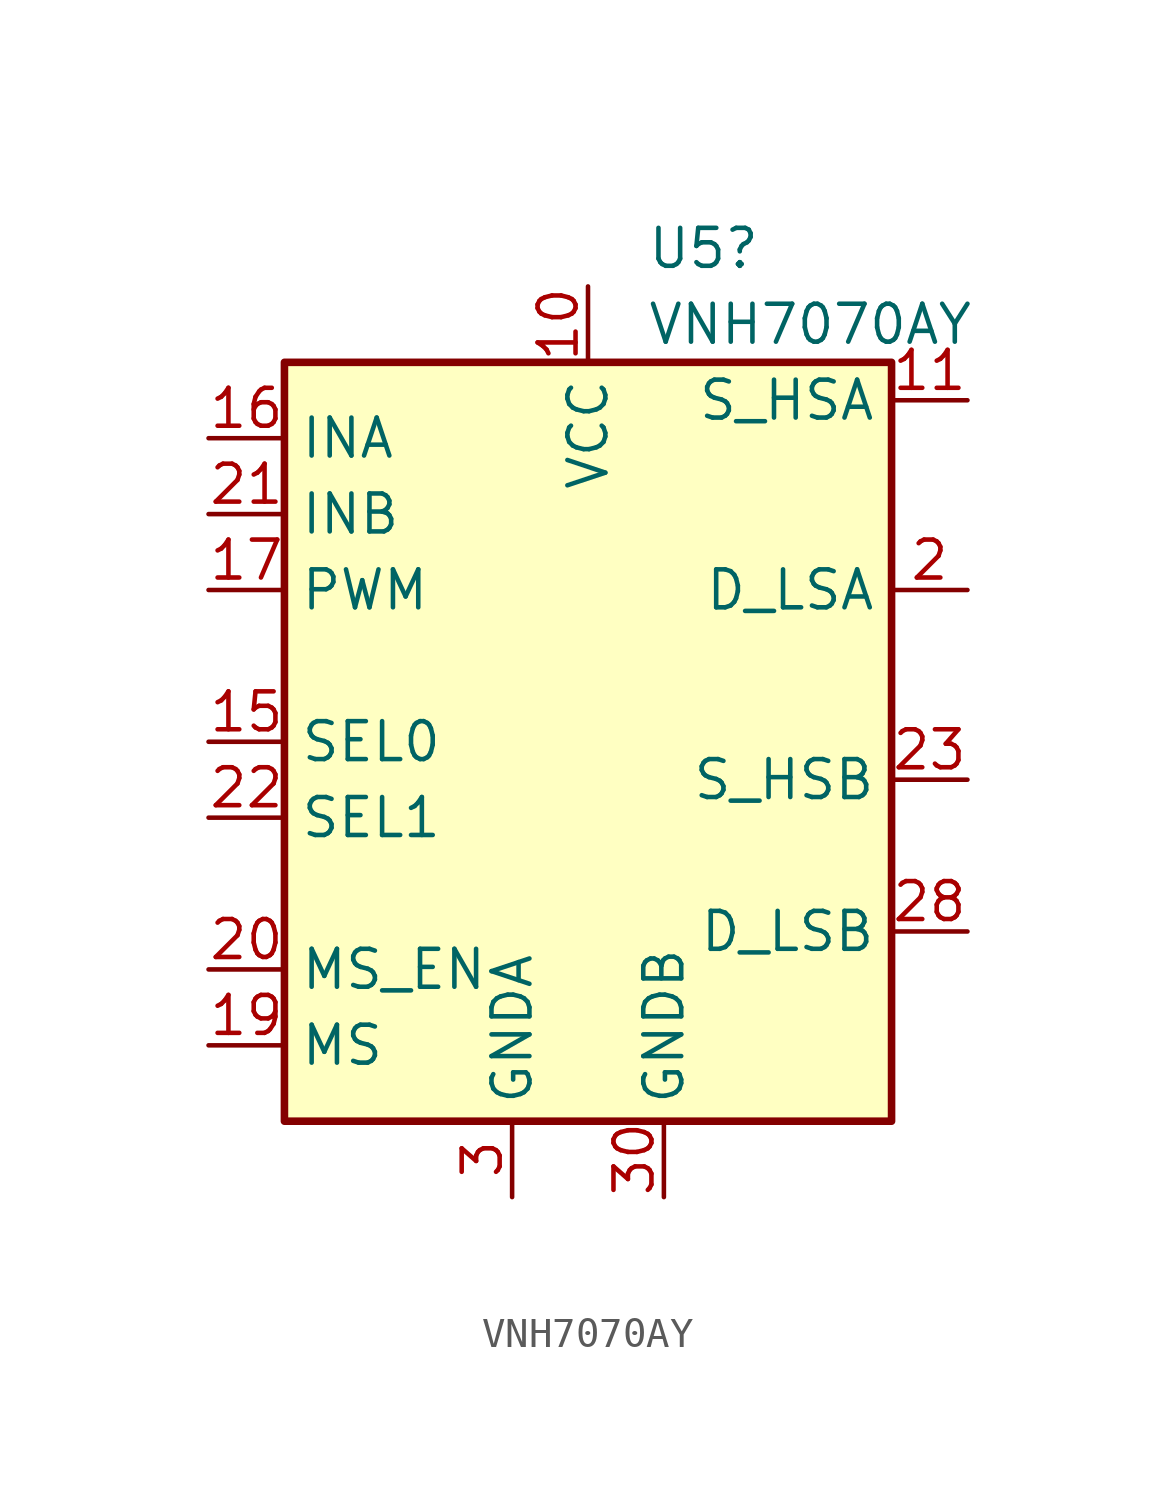
<source format=kicad_sym>
(kicad_symbol_lib
  (version 20220914)
  (generator kicad_symbol_editor)
  (symbol "VNH7070AY"
    (property "Reference" "U5"
      (at 1.956 16.51 0)
      (effects (font (size 1.27 1.27)) (justify left)))
    (property "Value" "VNH7070AY"
      (at 1.956 13.97 0)
      (effects (font (size 1.27 1.27)) (justify left)))
    (symbol "VNH7070AY_0_1"
      (rectangle (start -10.16 12.7) (end 10.16 -12.7) (stroke (width 0.254) (type default)) (fill (type background))))
    (symbol "VNH7070AY_1_1"
      (pin no_connect line (at -5.08 12.7 270) (length 2.54) hide (name "NC" (effects (font (size 1.27 1.27)))) (number "1" (effects (font (size 1.27 1.27)))))
      (pin power_in line (at 0 15.24 270) (length 2.54) (name "VCC" (effects (font (size 1.27 1.27)))) (number "10" (effects (font (size 1.27 1.27)))))
      (pin output line (at 12.7 11.43 180) (length 2.54) (name "S_HSA" (effects (font (size 1.27 1.27)))) (number "11" (effects (font (size 1.27 1.27)))))
      (pin output line (at 12.7 11.43 180) (length 2.54) hide (name "S_HSA" (effects (font (size 1.27 1.27)))) (number "12" (effects (font (size 1.27 1.27)))))
      (pin output line (at 12.7 11.43 180) (length 2.54) hide (name "S_HSA" (effects (font (size 1.27 1.27)))) (number "13" (effects (font (size 1.27 1.27)))))
      (pin output line (at 12.7 11.43 180) (length 2.54) hide (name "S_HSA" (effects (font (size 1.27 1.27)))) (number "14" (effects (font (size 1.27 1.27)))))
      (pin input line (at -12.7 0 0) (length 2.54) (name "SEL0" (effects (font (size 1.27 1.27)))) (number "15" (effects (font (size 1.27 1.27)))))
      (pin input line (at -12.7 10.16 0) (length 2.54) (name "INA" (effects (font (size 1.27 1.27)))) (number "16" (effects (font (size 1.27 1.27)))))
      (pin input line (at -12.7 5.08 0) (length 2.54) (name "PWM" (effects (font (size 1.27 1.27)))) (number "17" (effects (font (size 1.27 1.27)))))
      (pin no_connect line (at -3.81 12.7 270) (length 2.54) hide (name "NC" (effects (font (size 1.27 1.27)))) (number "18" (effects (font (size 1.27 1.27)))))
      (pin output line (at -12.7 -10.16 0) (length 2.54) (name "MS" (effects (font (size 1.27 1.27)))) (number "19" (effects (font (size 1.27 1.27)))))
      (pin output line (at 12.7 5.08 180) (length 2.54) (name "D_LSA" (effects (font (size 1.27 1.27)))) (number "2" (effects (font (size 1.27 1.27)))))
      (pin open_collector line (at -12.7 -7.62 0) (length 2.54) (name "MS_EN" (effects (font (size 1.27 1.27)))) (number "20" (effects (font (size 1.27 1.27)))))
      (pin input line (at -12.7 7.62 0) (length 2.54) (name "INB" (effects (font (size 1.27 1.27)))) (number "21" (effects (font (size 1.27 1.27)))))
      (pin input line (at -12.7 -2.54 0) (length 2.54) (name "SEL1" (effects (font (size 1.27 1.27)))) (number "22" (effects (font (size 1.27 1.27)))))
      (pin output line (at 12.7 -1.27 180) (length 2.54) (name "S_HSB" (effects (font (size 1.27 1.27)))) (number "23" (effects (font (size 1.27 1.27)))))
      (pin output line (at 12.7 -1.27 180) (length 2.54) hide (name "S_HSB" (effects (font (size 1.27 1.27)))) (number "24" (effects (font (size 1.27 1.27)))))
      (pin output line (at 12.7 -1.27 180) (length 2.54) hide (name "S_HSB" (effects (font (size 1.27 1.27)))) (number "25" (effects (font (size 1.27 1.27)))))
      (pin output line (at 12.7 -1.27 180) (length 2.54) hide (name "S_HSB" (effects (font (size 1.27 1.27)))) (number "26" (effects (font (size 1.27 1.27)))))
      (pin power_in line (at 0 15.24 270) (length 2.54) hide (name "VCC" (effects (font (size 1.27 1.27)))) (number "27" (effects (font (size 1.27 1.27)))))
      (pin output line (at 12.7 -6.35 180) (length 2.54) (name "D_LSB" (effects (font (size 1.27 1.27)))) (number "28" (effects (font (size 1.27 1.27)))))
      (pin output line (at 12.7 -6.35 180) (length 2.54) hide (name "D_LSB" (effects (font (size 1.27 1.27)))) (number "29" (effects (font (size 1.27 1.27)))))
      (pin power_in line (at -2.54 -15.24 90) (length 2.54) (name "GNDA" (effects (font (size 1.27 1.27)))) (number "3" (effects (font (size 1.27 1.27)))))
      (pin power_in line (at 2.54 -15.24 90) (length 2.54) (name "GNDB" (effects (font (size 1.27 1.27)))) (number "30" (effects (font (size 1.27 1.27)))))
      (pin power_in line (at 2.54 -15.24 90) (length 2.54) hide (name "GNDB" (effects (font (size 1.27 1.27)))) (number "31" (effects (font (size 1.27 1.27)))))
      (pin power_in line (at 2.54 -15.24 90) (length 2.54) hide (name "GNDB" (effects (font (size 1.27 1.27)))) (number "32" (effects (font (size 1.27 1.27)))))
      (pin power_in line (at 2.54 -15.24 90) (length 2.54) hide (name "GNDB" (effects (font (size 1.27 1.27)))) (number "33" (effects (font (size 1.27 1.27)))))
      (pin power_in line (at 2.54 -15.24 90) (length 2.54) hide (name "GNDB" (effects (font (size 1.27 1.27)))) (number "34" (effects (font (size 1.27 1.27)))))
      (pin output line (at 12.7 -6.35 180) (length 2.54) hide (name "D_LSB" (effects (font (size 1.27 1.27)))) (number "35" (effects (font (size 1.27 1.27)))))
      (pin no_connect line (at -2.54 12.7 270) (length 2.54) hide (name "NC" (effects (font (size 1.27 1.27)))) (number "36" (effects (font (size 1.27 1.27)))))
      (pin passive line (at 0 15.24 270) (length 2.54) hide (name "VCC" (effects (font (size 1.27 1.27)))) (number "37" (effects (font (size 1.27 1.27)))))
      (pin output line (at 12.7 5.08 180) (length 2.54) hide (name "D_LSA" (effects (font (size 1.27 1.27)))) (number "38" (effects (font (size 1.27 1.27)))))
      (pin output line (at 12.7 -6.35 180) (length 2.54) hide (name "D_LSB" (effects (font (size 1.27 1.27)))) (number "39" (effects (font (size 1.27 1.27)))))
      (pin power_in line (at -2.54 -15.24 90) (length 2.54) hide (name "GNDA" (effects (font (size 1.27 1.27)))) (number "4" (effects (font (size 1.27 1.27)))))
      (pin power_in line (at -2.54 -15.24 90) (length 2.54) hide (name "GNDA" (effects (font (size 1.27 1.27)))) (number "5" (effects (font (size 1.27 1.27)))))
      (pin power_in line (at -2.54 -15.24 90) (length 2.54) hide (name "GNDA" (effects (font (size 1.27 1.27)))) (number "6" (effects (font (size 1.27 1.27)))))
      (pin power_in line (at -2.54 -15.24 90) (length 2.54) hide (name "GNDA" (effects (font (size 1.27 1.27)))) (number "7" (effects (font (size 1.27 1.27)))))
      (pin output line (at 12.7 5.08 180) (length 2.54) hide (name "D_LSA" (effects (font (size 1.27 1.27)))) (number "8" (effects (font (size 1.27 1.27)))))
      (pin output line (at 12.7 5.08 180) (length 2.54) hide (name "D_LSA" (effects (font (size 1.27 1.27)))) (number "9" (effects (font (size 1.27 1.27))))))))
</source>
